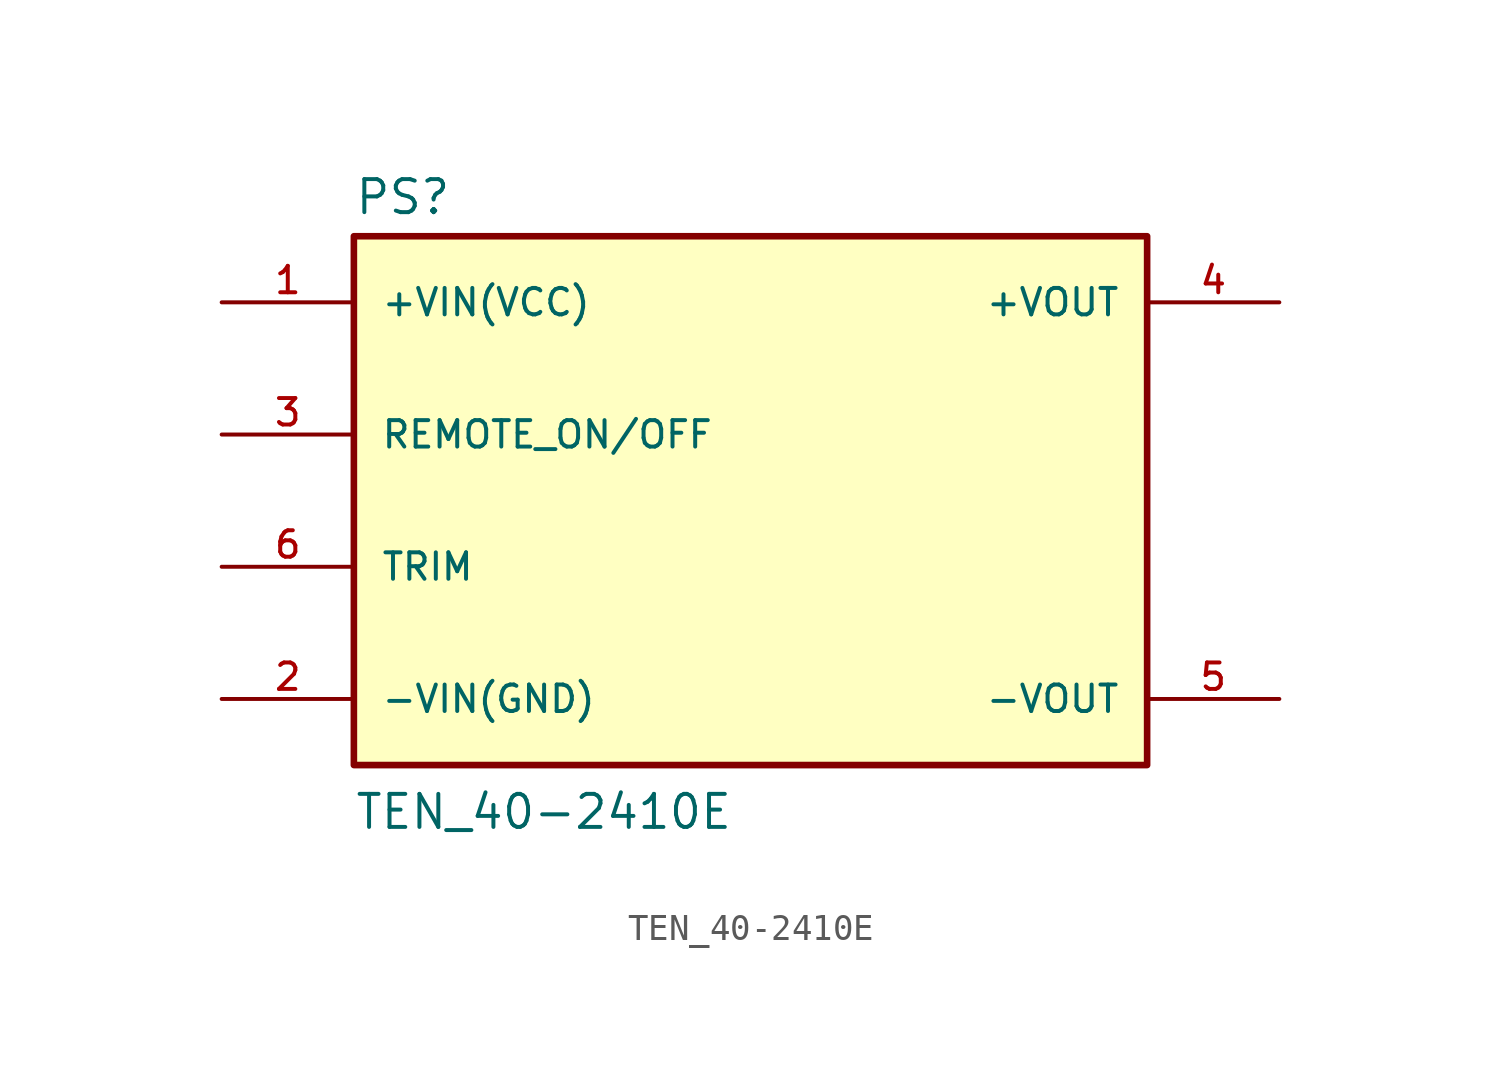
<source format=kicad_sym>
(kicad_symbol_lib
  (version 20211014)
  (generator kicad_symbol_editor)
  (symbol "TEN_40-2410E"
    (pin_names
      (offset 1.016))
    (property "Reference" "PS"
      (at -15.24 10.922 0)
      (effects (font (size 1.27 1.27)) (justify bottom left)))
    (property "Value" "TEN_40-2410E"
      (at -15.24 -12.7 0)
      (effects (font (size 1.27 1.27)) (justify bottom left)))
    (symbol "TEN_40-2410E_0_0"
      (rectangle (start -15.24 -10.16) (end 15.24 10.16) (stroke (width 0.254)) (fill (type background)))
      (pin input line (at -20.32 7.62 0) (length 5.08) (name "+VIN(VCC)" (effects (font (size 1.016 1.016)))) (number "1" (effects (font (size 1.016 1.016)))))
      (pin input line (at -20.32 -7.62 0) (length 5.08) (name "-VIN(GND)" (effects (font (size 1.016 1.016)))) (number "2" (effects (font (size 1.016 1.016)))))
      (pin output line (at 20.32 7.62 180.0) (length 5.08) (name "+VOUT" (effects (font (size 1.016 1.016)))) (number "4" (effects (font (size 1.016 1.016)))))
      (pin output line (at 20.32 -7.62 180.0) (length 5.08) (name "-VOUT" (effects (font (size 1.016 1.016)))) (number "5" (effects (font (size 1.016 1.016)))))
      (pin input line (at -20.32 -2.54 0) (length 5.08) (name "TRIM" (effects (font (size 1.016 1.016)))) (number "6" (effects (font (size 1.016 1.016)))))
      (pin input line (at -20.32 2.54 0) (length 5.08) (name "REMOTE_ON/OFF" (effects (font (size 1.016 1.016)))) (number "3" (effects (font (size 1.016 1.016))))))))
</source>
